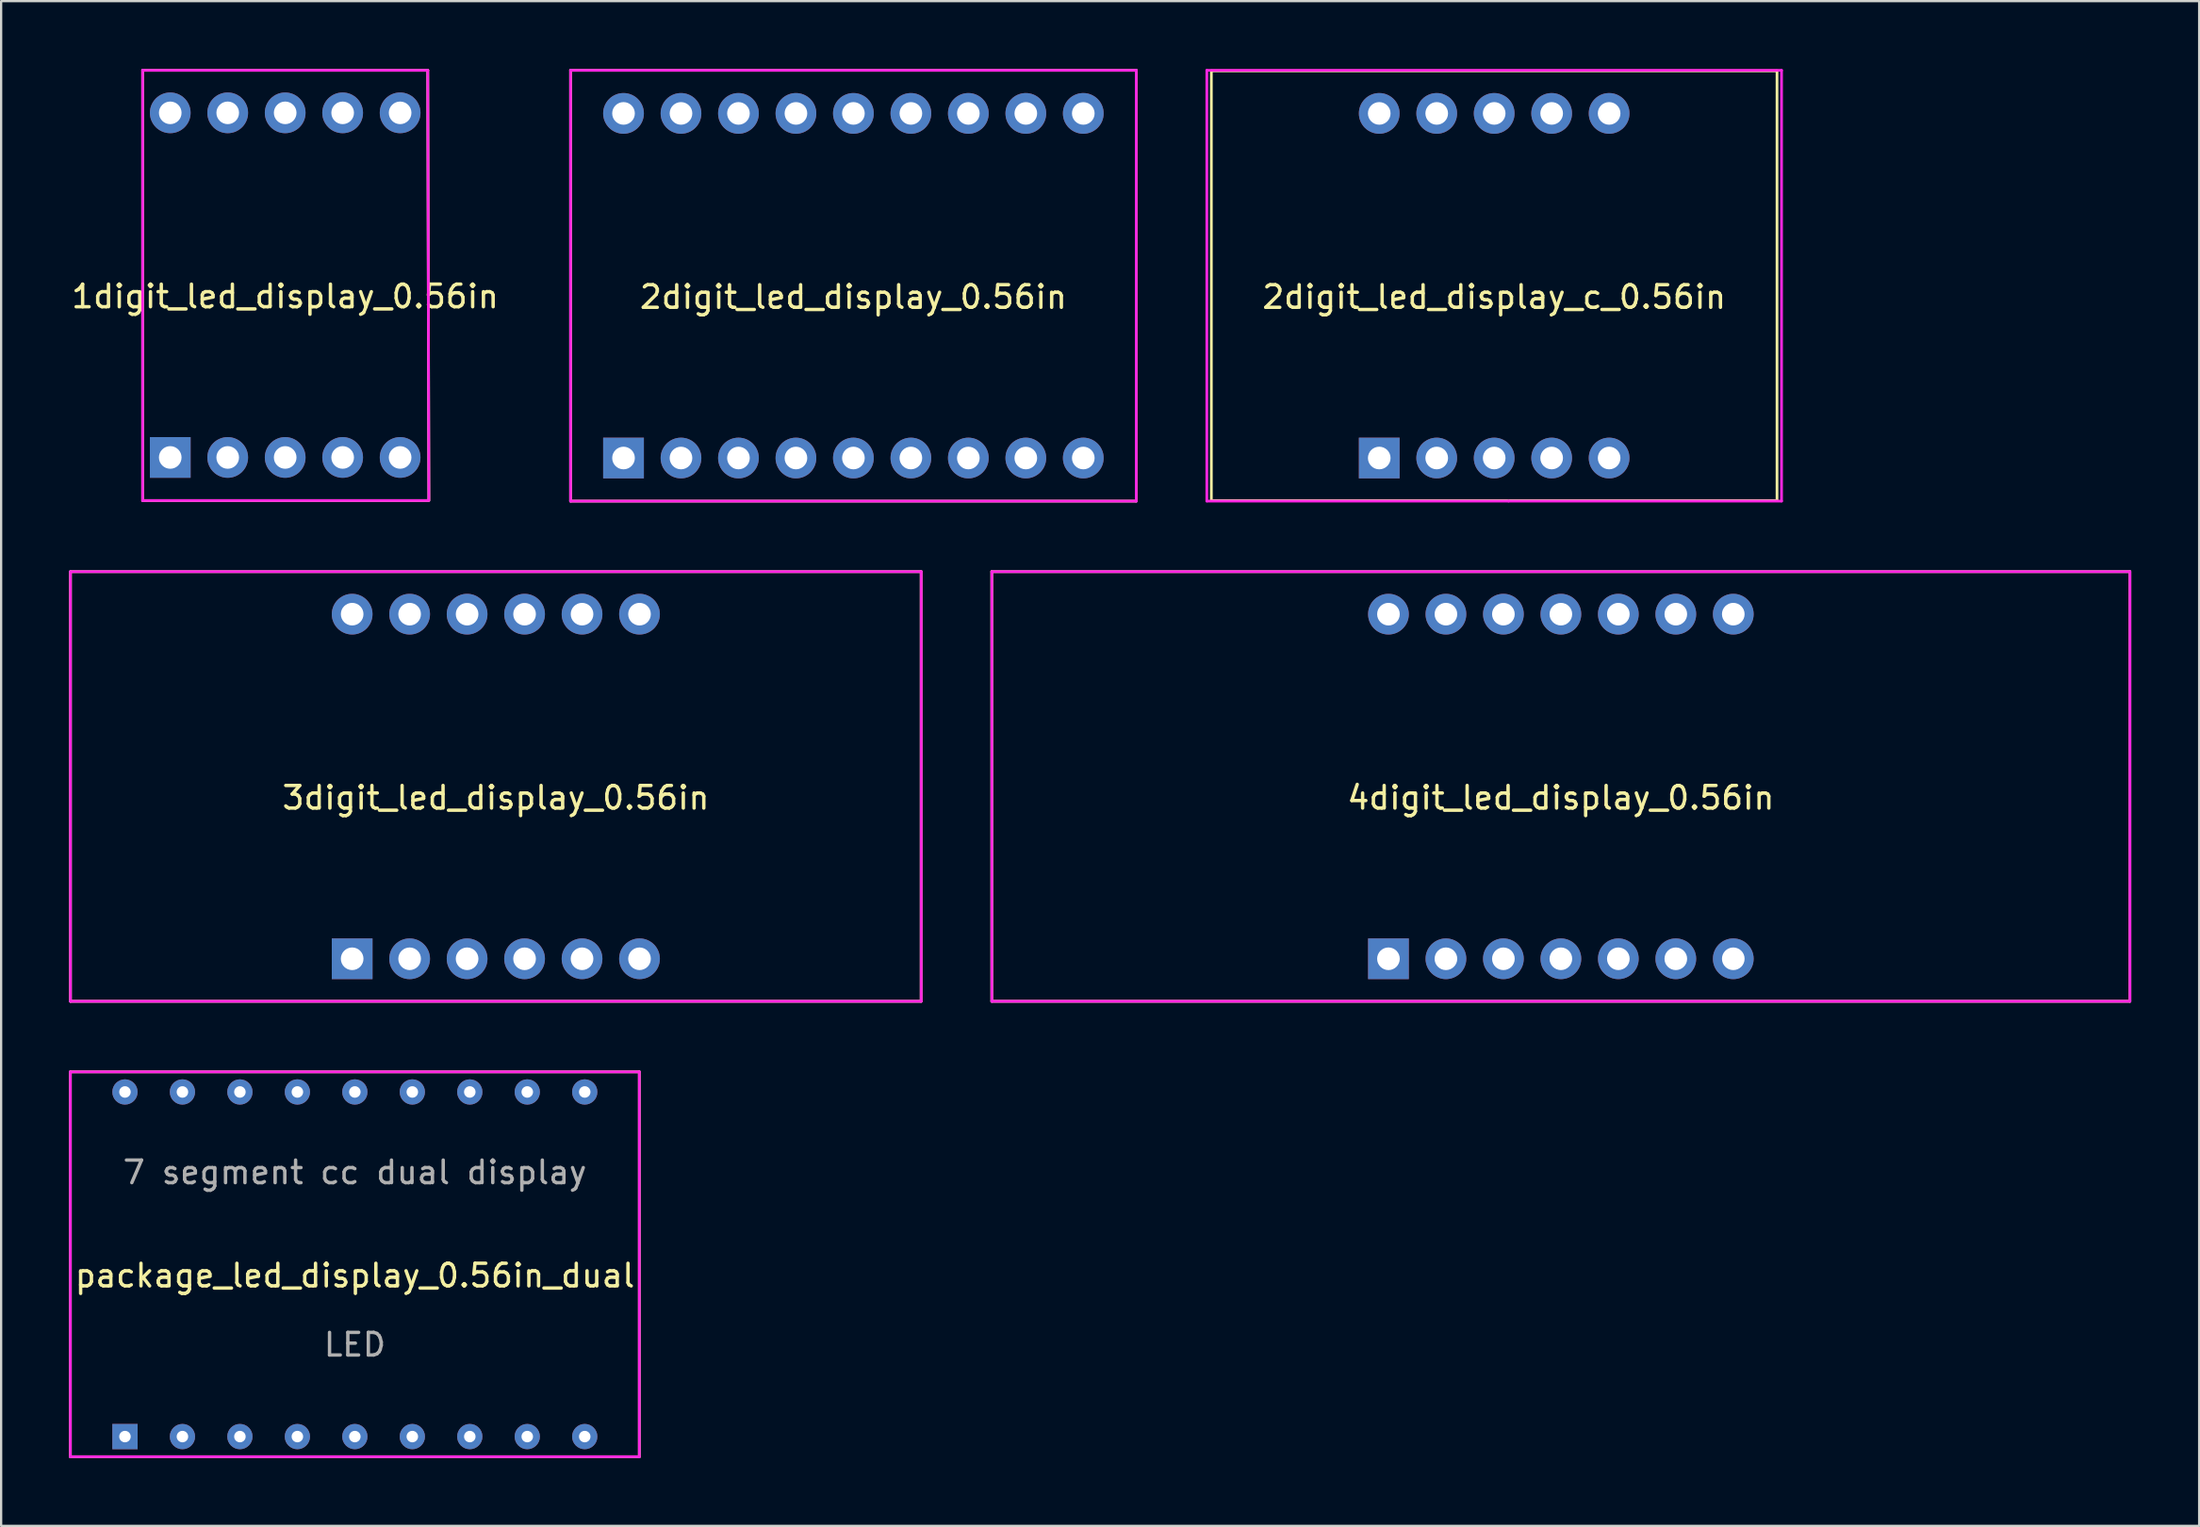
<source format=kicad_pcb>
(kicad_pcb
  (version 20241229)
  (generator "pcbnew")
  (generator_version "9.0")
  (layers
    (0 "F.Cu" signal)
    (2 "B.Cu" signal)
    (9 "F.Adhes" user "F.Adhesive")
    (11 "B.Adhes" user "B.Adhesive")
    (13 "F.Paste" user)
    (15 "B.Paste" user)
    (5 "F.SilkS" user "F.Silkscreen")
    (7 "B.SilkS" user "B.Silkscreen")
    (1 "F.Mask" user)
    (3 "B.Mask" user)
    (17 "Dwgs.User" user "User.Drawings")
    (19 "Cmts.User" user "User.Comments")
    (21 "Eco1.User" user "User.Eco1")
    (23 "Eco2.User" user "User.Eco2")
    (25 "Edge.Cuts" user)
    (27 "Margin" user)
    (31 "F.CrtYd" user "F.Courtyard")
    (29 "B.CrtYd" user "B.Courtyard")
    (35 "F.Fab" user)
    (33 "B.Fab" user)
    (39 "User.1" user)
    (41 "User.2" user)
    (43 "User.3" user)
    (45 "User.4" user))
  (footprint "2digit_led_display_0.56in"
    (layer "F.Cu")
    (at 34.667 9.585)
    (property "Reference" "2digit_led_display_0.56in" (at 0 0.5 0) (layer "F.SilkS") (effects (font (size 1 1) (thickness 0.15))))
    (attr through_hole)
    (fp_line (start -12.5 -9.525) (end -12.5 9.525) (stroke (width 0.12) (type solid)) (layer "F.SilkS"))
    (fp_line (start -12.5 -9.525) (end 12.5 -9.525) (stroke (width 0.12) (type solid)) (layer "F.SilkS"))
    (fp_line (start -12.5 9.525) (end 12.5 9.525) (stroke (width 0.12) (type solid)) (layer "F.SilkS"))
    (fp_line (start 12.5 -9.525) (end 12.5 9.525) (stroke (width 0.12) (type solid)) (layer "F.SilkS"))
    (fp_line (start -12.5 -9.525) (end -12.5 9.525) (stroke (width 0.12) (type solid)) (layer "F.CrtYd"))
    (fp_line (start -12.5 -9.525) (end 12.5 -9.525) (stroke (width 0.12) (type solid)) (layer "F.CrtYd"))
    (fp_line (start -12.5 9.525) (end 12.5 9.525) (stroke (width 0.12) (type solid)) (layer "F.CrtYd"))
    (fp_line (start 12.5 -9.525) (end 12.5 9.525) (stroke (width 0.12) (type solid)) (layer "F.CrtYd"))
    (pad "1" thru_hole rect (at -10.16 7.62) (size 1.8 1.8) (drill 1) (layers "*.Cu" "*.Mask"))
    (pad "2" thru_hole circle (at -7.62 7.62) (size 1.8 1.8) (drill 1) (layers "*.Cu" "*.Mask"))
    (pad "3" thru_hole circle (at -5.08 7.62) (size 1.8 1.8) (drill 1) (layers "*.Cu" "*.Mask"))
    (pad "4" thru_hole circle (at -2.54 7.62) (size 1.8 1.8) (drill 1) (layers "*.Cu" "*.Mask"))
    (pad "5" thru_hole circle (at 0 7.62) (size 1.8 1.8) (drill 1) (layers "*.Cu" "*.Mask"))
    (pad "6" thru_hole circle (at 2.54 7.62) (size 1.8 1.8) (drill 1) (layers "*.Cu" "*.Mask"))
    (pad "7" thru_hole circle (at 5.08 7.62) (size 1.8 1.8) (drill 1) (layers "*.Cu" "*.Mask"))
    (pad "8" thru_hole circle (at 7.62 7.62) (size 1.8 1.8) (drill 1) (layers "*.Cu" "*.Mask"))
    (pad "9" thru_hole circle (at 10.16 7.62) (size 1.8 1.8) (drill 1) (layers "*.Cu" "*.Mask"))
    (pad "10" thru_hole circle (at 10.16 -7.62) (size 1.8 1.8) (drill 1) (layers "*.Cu" "*.Mask"))
    (pad "11" thru_hole circle (at 7.62 -7.62) (size 1.8 1.8) (drill 1) (layers "*.Cu" "*.Mask"))
    (pad "12" thru_hole circle (at 5.08 -7.62) (size 1.8 1.8) (drill 1) (layers "*.Cu" "*.Mask"))
    (pad "13" thru_hole circle (at 2.54 -7.62) (size 1.8 1.8) (drill 1) (layers "*.Cu" "*.Mask"))
    (pad "14" thru_hole circle (at 0 -7.62) (size 1.8 1.8) (drill 1) (layers "*.Cu" "*.Mask"))
    (pad "15" thru_hole circle (at -2.54 -7.62) (size 1.8 1.8) (drill 1) (layers "*.Cu" "*.Mask"))
    (pad "16" thru_hole circle (at -5.08 -7.62) (size 1.8 1.8) (drill 1) (layers "*.Cu" "*.Mask"))
    (pad "17" thru_hole circle (at -7.62 -7.62) (size 1.8 1.8) (drill 1) (layers "*.Cu" "*.Mask"))
    (pad "18" thru_hole circle (at -10.16 -7.62) (size 1.8 1.8) (drill 1) (layers "*.Cu" "*.Mask")))
  (footprint "2digit_led_display_c_0.56in"
    (layer "F.Cu")
    (at 62.987 9.585)
    (property "Reference" "2digit_led_display_c_0.56in" (at 0 0.5 0) (layer "F.SilkS") (effects (font (size 1 1) (thickness 0.15))))
    (attr through_hole)
    (fp_line (start -12.5 -9.5) (end -12.5 9.5) (stroke (width 0.12) (type solid)) (layer "F.SilkS"))
    (fp_line (start -12.5 -9.5) (end 12.5 -9.5) (stroke (width 0.12) (type solid)) (layer "F.SilkS"))
    (fp_line (start -12.5 9.5) (end 12.5 9.5) (stroke (width 0.12) (type solid)) (layer "F.SilkS"))
    (fp_line (start 12.5 -9.5) (end 12.5 9.5) (stroke (width 0.12) (type solid)) (layer "F.SilkS"))
    (fp_line (start -12.7 -9.525) (end -12.7 9.525) (stroke (width 0.12) (type solid)) (layer "F.CrtYd"))
    (fp_line (start -12.7 9.525) (end 0.635 9.525) (stroke (width 0.12) (type solid)) (layer "F.CrtYd"))
    (fp_line (start 0.635 9.525) (end 12.7 9.525) (stroke (width 0.12) (type solid)) (layer "F.CrtYd"))
    (fp_line (start 12.7 -9.525) (end -12.7 -9.525) (stroke (width 0.12) (type solid)) (layer "F.CrtYd"))
    (fp_line (start 12.7 9.525) (end 12.7 -9.525) (stroke (width 0.12) (type solid)) (layer "F.CrtYd"))
    (pad "1" thru_hole rect (at -5.08 7.62) (size 1.8 1.8) (drill 1) (layers "*.Cu" "*.Mask"))
    (pad "2" thru_hole circle (at -2.54 7.62) (size 1.8 1.8) (drill 1) (layers "*.Cu" "*.Mask"))
    (pad "3" thru_hole circle (at 0 7.62) (size 1.8 1.8) (drill 1) (layers "*.Cu" "*.Mask"))
    (pad "4" thru_hole circle (at 2.54 7.62) (size 1.8 1.8) (drill 1) (layers "*.Cu" "*.Mask"))
    (pad "5" thru_hole circle (at 5.08 7.62) (size 1.8 1.8) (drill 1) (layers "*.Cu" "*.Mask"))
    (pad "6" thru_hole circle (at 5.08 -7.62) (size 1.8 1.8) (drill 1) (layers "*.Cu" "*.Mask"))
    (pad "7" thru_hole circle (at 2.54 -7.62) (size 1.8 1.8) (drill 1) (layers "*.Cu" "*.Mask"))
    (pad "8" thru_hole circle (at 0 -7.62) (size 1.8 1.8) (drill 1) (layers "*.Cu" "*.Mask"))
    (pad "9" thru_hole circle (at -2.54 -7.62) (size 1.8 1.8) (drill 1) (layers "*.Cu" "*.Mask"))
    (pad "10" thru_hole circle (at -5.08 -7.62) (size 1.8 1.8) (drill 1) (layers "*.Cu" "*.Mask")))
  (footprint "4digit_led_display_0.56in"
    (layer "F.Cu")
    (at 65.934 31.73)
    (property "Reference" "4digit_led_display_0.56in" (at 0 0.5 0) (layer "F.SilkS") (effects (font (size 1 1) (thickness 0.15))))
    (attr through_hole)
    (fp_line (start -25.15 -9.5) (end -25.15 9.5) (stroke (width 0.12) (type solid)) (layer "F.SilkS"))
    (fp_line (start -25.15 -9.5) (end 25.15 -9.5) (stroke (width 0.12) (type solid)) (layer "F.SilkS"))
    (fp_line (start -25.15 9.5) (end 25.15 9.5) (stroke (width 0.12) (type solid)) (layer "F.SilkS"))
    (fp_line (start 25.15 -9.5) (end 25.15 9.5) (stroke (width 0.12) (type solid)) (layer "F.SilkS"))
    (fp_line (start -25.15 -9.5) (end -25.15 9.5) (stroke (width 0.12) (type solid)) (layer "F.CrtYd"))
    (fp_line (start -25.15 -9.5) (end 25.15 -9.5) (stroke (width 0.12) (type solid)) (layer "F.CrtYd"))
    (fp_line (start -25.15 9.5) (end 25.15 9.5) (stroke (width 0.12) (type solid)) (layer "F.CrtYd"))
    (fp_line (start 25.15 -9.5) (end 25.15 9.5) (stroke (width 0.12) (type solid)) (layer "F.CrtYd"))
    (pad "1" thru_hole rect (at -7.62 7.62) (size 1.8 1.8) (drill 1) (layers "*.Cu" "*.Mask"))
    (pad "2" thru_hole circle (at -5.08 7.62) (size 1.8 1.8) (drill 1) (layers "*.Cu" "*.Mask"))
    (pad "3" thru_hole circle (at -2.54 7.62) (size 1.8 1.8) (drill 1) (layers "*.Cu" "*.Mask"))
    (pad "4" thru_hole circle (at 0 7.62) (size 1.8 1.8) (drill 1) (layers "*.Cu" "*.Mask"))
    (pad "5" thru_hole circle (at 2.54 7.62) (size 1.8 1.8) (drill 1) (layers "*.Cu" "*.Mask"))
    (pad "6" thru_hole circle (at 5.08 7.62) (size 1.8 1.8) (drill 1) (layers "*.Cu" "*.Mask"))
    (pad "7" thru_hole circle (at 7.62 7.62) (size 1.8 1.8) (drill 1) (layers "*.Cu" "*.Mask"))
    (pad "8" thru_hole circle (at 7.62 -7.62) (size 1.8 1.8) (drill 1) (layers "*.Cu" "*.Mask"))
    (pad "9" thru_hole circle (at 5.08 -7.62) (size 1.8 1.8) (drill 1) (layers "*.Cu" "*.Mask"))
    (pad "10" thru_hole circle (at 2.54 -7.62) (size 1.8 1.8) (drill 1) (layers "*.Cu" "*.Mask"))
    (pad "11" thru_hole circle (at 0 -7.62) (size 1.8 1.8) (drill 1) (layers "*.Cu" "*.Mask"))
    (pad "12" thru_hole circle (at -2.54 -7.62) (size 1.8 1.8) (drill 1) (layers "*.Cu" "*.Mask"))
    (pad "13" thru_hole circle (at -5.08 -7.62) (size 1.8 1.8) (drill 1) (layers "*.Cu" "*.Mask"))
    (pad "14" thru_hole circle (at -7.62 -7.62) (size 1.8 1.8) (drill 1) (layers "*.Cu" "*.Mask")))
  (footprint "package_led_display_0.56in_dual"
    (layer "F.Cu")
    (at 12.633 52.86)
    (property "Reference" "package_led_display_0.56in_dual" (at 0 0.5 0) (layer "F.SilkS") (effects (font (size 1 1) (thickness 0.15))))
    (attr through_hole)
    (fp_line (start -12.573 -8.51) (end -12.573 8.51) (stroke (width 0.12) (type solid)) (layer "F.SilkS"))
    (fp_line (start -12.573 -8.51) (end 12.573 -8.51) (stroke (width 0.12) (type solid)) (layer "F.SilkS"))
    (fp_line (start -12.573 8.51) (end 12.573 8.51) (stroke (width 0.12) (type solid)) (layer "F.SilkS"))
    (fp_line (start 12.573 -8.51) (end 12.573 8.51) (stroke (width 0.12) (type solid)) (layer "F.SilkS"))
    (fp_line (start -12.573 -8.51) (end -12.573 8.51) (stroke (width 0.12) (type solid)) (layer "F.CrtYd"))
    (fp_line (start -12.573 -8.51) (end 12.573 -8.51) (stroke (width 0.12) (type solid)) (layer "F.CrtYd"))
    (fp_line (start -12.573 8.51) (end 12.573 8.51) (stroke (width 0.12) (type solid)) (layer "F.CrtYd"))
    (fp_line (start 12.573 -8.51) (end 12.573 8.51) (stroke (width 0.12) (type solid)) (layer "F.CrtYd"))
    (fp_text user "LED" (at 0 3.556 0) (layer "F.Fab") (effects (font (size 1 1) (thickness 0.15))))
    (fp_text user "7 segment cc dual display" (at 0 -4.064 0) (layer "F.Fab") (effects (font (size 1 1) (thickness 0.15))))
    (pad "1" thru_hole rect (at -10.16 7.62) (size 1.118 1.118) (drill 0.508) (layers "*.Cu" "*.Mask"))
    (pad "2" thru_hole circle (at -7.62 7.62) (size 1.118 1.118) (drill 0.508) (layers "*.Cu" "*.Mask"))
    (pad "3" thru_hole circle (at -5.08 7.62) (size 1.118 1.118) (drill 0.508) (layers "*.Cu" "*.Mask"))
    (pad "4" thru_hole circle (at -2.54 7.62) (size 1.118 1.118) (drill 0.508) (layers "*.Cu" "*.Mask"))
    (pad "5" thru_hole circle (at 0 7.62) (size 1.118 1.118) (drill 0.508) (layers "*.Cu" "*.Mask"))
    (pad "6" thru_hole circle (at 2.54 7.62) (size 1.118 1.118) (drill 0.508) (layers "*.Cu" "*.Mask"))
    (pad "7" thru_hole circle (at 5.08 7.62) (size 1.118 1.118) (drill 0.508) (layers "*.Cu" "*.Mask"))
    (pad "8" thru_hole circle (at 7.62 7.62) (size 1.118 1.118) (drill 0.508) (layers "*.Cu" "*.Mask"))
    (pad "9" thru_hole circle (at 10.16 7.62) (size 1.118 1.118) (drill 0.508) (layers "*.Cu" "*.Mask"))
    (pad "10" thru_hole circle (at 10.16 -7.62) (size 1.118 1.118) (drill 0.508) (layers "*.Cu" "*.Mask"))
    (pad "11" thru_hole circle (at 7.62 -7.62) (size 1.118 1.118) (drill 0.508) (layers "*.Cu" "*.Mask"))
    (pad "12" thru_hole circle (at 5.08 -7.62) (size 1.118 1.118) (drill 0.508) (layers "*.Cu" "*.Mask"))
    (pad "13" thru_hole circle (at 2.54 -7.62) (size 1.118 1.118) (drill 0.508) (layers "*.Cu" "*.Mask"))
    (pad "14" thru_hole circle (at 0 -7.62) (size 1.118 1.118) (drill 0.508) (layers "*.Cu" "*.Mask"))
    (pad "15" thru_hole circle (at -2.54 -7.62) (size 1.118 1.118) (drill 0.508) (layers "*.Cu" "*.Mask"))
    (pad "16" thru_hole circle (at -5.08 -7.62) (size 1.118 1.118) (drill 0.508) (layers "*.Cu" "*.Mask"))
    (pad "17" thru_hole circle (at -7.62 -7.62) (size 1.118 1.118) (drill 0.508) (layers "*.Cu" "*.Mask"))
    (pad "18" thru_hole circle (at -10.16 -7.62) (size 1.118 1.118) (drill 0.508) (layers "*.Cu" "*.Mask")))
  (footprint "1digit_led_display_0.56in"
    (layer "F.Cu")
    (at 9.554 9.56)
    (property "Reference" "1digit_led_display_0.56in" (at 0 0.5 0) (layer "F.SilkS") (effects (font (size 1 1) (thickness 0.15))))
    (attr through_hole)
    (fp_line (start -6.3 -9.5) (end 6.3 -9.5) (stroke (width 0.12) (type solid)) (layer "F.SilkS"))
    (fp_line (start -6.3 9.525) (end -6.3 -9.5) (stroke (width 0.12) (type solid)) (layer "F.SilkS"))
    (fp_line (start -6.3 9.525) (end 6.3 9.525) (stroke (width 0.12) (type solid)) (layer "F.SilkS"))
    (fp_line (start 6.3 -9.5) (end 6.35 9.525) (stroke (width 0.12) (type solid)) (layer "F.SilkS"))
    (fp_line (start -6.3 -9.5) (end 6.3 -9.5) (stroke (width 0.12) (type solid)) (layer "F.CrtYd"))
    (fp_line (start -6.3 9.525) (end -6.3 -9.5) (stroke (width 0.12) (type solid)) (layer "F.CrtYd"))
    (fp_line (start -6.3 9.525) (end 6.3 9.525) (stroke (width 0.12) (type solid)) (layer "F.CrtYd"))
    (fp_line (start 6.3 -9.5) (end 6.35 9.525) (stroke (width 0.12) (type solid)) (layer "F.CrtYd"))
    (pad "1" thru_hole rect (at -5.08 7.62) (size 1.8 1.8) (drill 1) (layers "*.Cu" "*.Mask"))
    (pad "2" thru_hole circle (at -2.54 7.62) (size 1.8 1.8) (drill 1) (layers "*.Cu" "*.Mask"))
    (pad "3" thru_hole circle (at 0 7.62) (size 1.8 1.8) (drill 1) (layers "*.Cu" "*.Mask"))
    (pad "4" thru_hole circle (at 2.54 7.62) (size 1.8 1.8) (drill 1) (layers "*.Cu" "*.Mask"))
    (pad "5" thru_hole circle (at 5.08 7.62) (size 1.8 1.8) (drill 1) (layers "*.Cu" "*.Mask"))
    (pad "6" thru_hole circle (at 5.08 -7.62) (size 1.8 1.8) (drill 1) (layers "*.Cu" "*.Mask"))
    (pad "7" thru_hole circle (at 2.54 -7.62) (size 1.8 1.8) (drill 1) (layers "*.Cu" "*.Mask"))
    (pad "8" thru_hole circle (at 0 -7.62) (size 1.8 1.8) (drill 1) (layers "*.Cu" "*.Mask"))
    (pad "9" thru_hole circle (at -2.54 -7.62) (size 1.8 1.8) (drill 1) (layers "*.Cu" "*.Mask"))
    (pad "10" thru_hole circle (at -5.08 -7.62) (size 1.8 1.8) (drill 1) (layers "*.Cu" "*.Mask")))
  (footprint "3digit_led_display_0.56in"
    (layer "F.Cu")
    (at 18.864 31.73)
    (property "Reference" "3digit_led_display_0.56in" (at 0 0.5 0) (layer "F.SilkS") (effects (font (size 1 1) (thickness 0.15))))
    (attr through_hole)
    (fp_line (start -18.804 9.5) (end 18.796 9.5) (stroke (width 0.12) (type solid)) (layer "F.SilkS"))
    (fp_line (start -18.8 -9.5) (end -18.8 9.5) (stroke (width 0.12) (type solid)) (layer "F.SilkS"))
    (fp_line (start -18.8 -9.5) (end 18.8 -9.5) (stroke (width 0.12) (type solid)) (layer "F.SilkS"))
    (fp_line (start 18.796 -9.5) (end 18.796 9.5) (stroke (width 0.12) (type solid)) (layer "F.SilkS"))
    (fp_line (start -18.8 -9.5) (end -18.8 9.5) (stroke (width 0.12) (type solid)) (layer "F.CrtYd"))
    (fp_line (start -18.8 -9.5) (end 18.8 -9.5) (stroke (width 0.12) (type solid)) (layer "F.CrtYd"))
    (fp_line (start -18.8 9.5) (end 18.8 9.5) (stroke (width 0.12) (type solid)) (layer "F.CrtYd"))
    (fp_line (start 18.8 -9.5) (end 18.8 9.5) (stroke (width 0.12) (type solid)) (layer "F.CrtYd"))
    (pad "1" thru_hole rect (at -6.35 7.62) (size 1.8 1.8) (drill 1) (layers "*.Cu" "*.Mask"))
    (pad "2" thru_hole circle (at -3.81 7.62) (size 1.8 1.8) (drill 1) (layers "*.Cu" "*.Mask"))
    (pad "3" thru_hole circle (at -1.27 7.62) (size 1.8 1.8) (drill 1) (layers "*.Cu" "*.Mask"))
    (pad "4" thru_hole circle (at 1.27 7.62) (size 1.8 1.8) (drill 1) (layers "*.Cu" "*.Mask"))
    (pad "5" thru_hole circle (at 3.81 7.62) (size 1.8 1.8) (drill 1) (layers "*.Cu" "*.Mask"))
    (pad "6" thru_hole circle (at 6.35 7.62) (size 1.8 1.8) (drill 1) (layers "*.Cu" "*.Mask"))
    (pad "7" thru_hole circle (at 6.35 -7.62) (size 1.8 1.8) (drill 1) (layers "*.Cu" "*.Mask"))
    (pad "8" thru_hole circle (at 3.81 -7.62) (size 1.8 1.8) (drill 1) (layers "*.Cu" "*.Mask"))
    (pad "9" thru_hole circle (at 1.27 -7.62) (size 1.8 1.8) (drill 1) (layers "*.Cu" "*.Mask"))
    (pad "10" thru_hole circle (at -1.27 -7.62) (size 1.8 1.8) (drill 1) (layers "*.Cu" "*.Mask"))
    (pad "11" thru_hole circle (at -3.81 -7.62) (size 1.8 1.8) (drill 1) (layers "*.Cu" "*.Mask"))
    (pad "12" thru_hole circle (at -6.35 -7.62) (size 1.8 1.8) (drill 1) (layers "*.Cu" "*.Mask")))
  (gr_rect
    (start -3 -3)
    (end 94.144 64.43)
    (stroke (width 0.1) (type default))
    (fill no)
    (layer "Edge.Cuts")))
</source>
